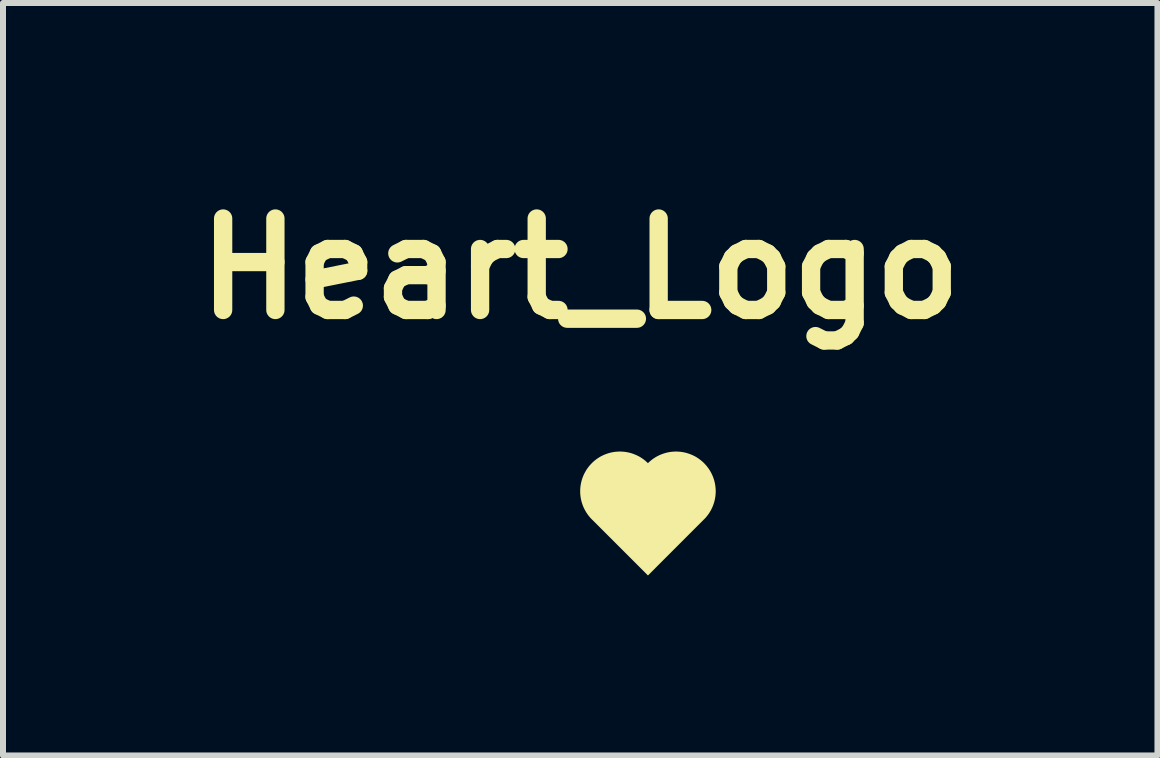
<source format=kicad_pcb>
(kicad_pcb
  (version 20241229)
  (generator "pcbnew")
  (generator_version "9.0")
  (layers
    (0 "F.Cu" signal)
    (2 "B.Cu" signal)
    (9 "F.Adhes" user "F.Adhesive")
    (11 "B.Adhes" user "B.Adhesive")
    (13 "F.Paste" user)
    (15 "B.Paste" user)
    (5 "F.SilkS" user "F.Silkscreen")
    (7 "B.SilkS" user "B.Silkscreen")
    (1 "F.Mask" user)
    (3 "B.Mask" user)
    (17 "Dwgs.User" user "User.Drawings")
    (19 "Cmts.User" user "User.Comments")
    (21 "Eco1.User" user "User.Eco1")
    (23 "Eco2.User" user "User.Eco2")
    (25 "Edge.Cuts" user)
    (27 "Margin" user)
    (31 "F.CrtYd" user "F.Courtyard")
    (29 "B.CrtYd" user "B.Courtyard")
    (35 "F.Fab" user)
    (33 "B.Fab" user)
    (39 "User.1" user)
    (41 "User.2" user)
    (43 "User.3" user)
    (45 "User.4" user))
  (footprint "Heart_Logo"
    (layer "F.Cu")
    (at 6.619 4.471)
    (property "Reference" "Heart_Logo" (at 0 -3.045 0) (layer "F.SilkS") (effects (font (size 1.524 1.524) (thickness 0.305))))
    (attr exclude_from_pos_files exclude_from_bom)
    (fp_poly (pts (xy 2.063 1.132) (xy 1.128 2.068) (xy 0.192 1.132) (xy 0.19 1.13) (xy 0.187 1.127) (xy 0.184 1.124) (xy 0.181 1.121) (xy 0.178 1.118) (xy 0.175 1.115) (xy 0.173 1.112) (xy 0.17 1.109) (xy 0.167 1.106) (xy 0.165 1.103) (xy 0.162 1.1) (xy 0.159 1.097) (xy 0.157 1.094) (xy 0.154 1.091) (xy 0.151 1.087) (xy 0.149 1.084) (xy 0.146 1.081) (xy 0.144 1.078) (xy 0.141 1.075) (xy 0.139 1.072) (xy 0.136 1.068) (xy 0.134 1.065) (xy 0.131 1.062) (xy 0.129 1.059) (xy 0.126 1.055) (xy 0.124 1.052) (xy 0.122 1.049) (xy 0.119 1.046) (xy 0.117 1.042) (xy 0.115 1.039) (xy 0.112 1.036) (xy 0.11 1.032) (xy 0.108 1.029) (xy 0.106 1.025) (xy 0.103 1.022) (xy 0.101 1.019) (xy 0.099 1.015) (xy 0.097 1.012) (xy 0.095 1.008) (xy 0.093 1.005) (xy 0.091 1.001) (xy 0.089 0.998) (xy 0.087 0.994) (xy 0.085 0.991) (xy 0.083 0.987) (xy 0.081 0.984) (xy 0.079 0.98) (xy 0.077 0.977) (xy 0.075 0.973) (xy 0.073 0.969) (xy 0.071 0.966) (xy 0.069 0.962) (xy 0.067 0.958) (xy 0.066 0.955) (xy 0.064 0.951) (xy 0.062 0.948) (xy 0.06 0.944) (xy 0.059 0.94) (xy 0.057 0.936) (xy 0.055 0.933) (xy 0.054 0.929) (xy 0.052 0.925) (xy 0.051 0.922) (xy 0.049 0.918) (xy 0.047 0.914) (xy 0.046 0.91) (xy 0.044 0.907) (xy 0.043 0.903) (xy 0.042 0.899) (xy 0.04 0.895) (xy 0.039 0.891) (xy 0.037 0.888) (xy 0.036 0.884) (xy 0.035 0.88) (xy 0.033 0.876) (xy 0.032 0.872) (xy 0.031 0.868) (xy 0.03 0.864) (xy 0.028 0.861) (xy 0.027 0.857) (xy 0.026 0.853) (xy 0.025 0.849) (xy 0.024 0.845) (xy 0.023 0.841) (xy 0.022 0.837) (xy 0.02 0.833) (xy 0.019 0.829) (xy 0.018 0.825) (xy 0.017 0.822) (xy 0.017 0.818) (xy 0.016 0.814) (xy 0.015 0.81) (xy 0.014 0.806) (xy 0.013 0.802) (xy 0.012 0.798) (xy 0.011 0.794) (xy 0.011 0.79) (xy 0.01 0.786) (xy 0.009 0.782) (xy 0.008 0.778) (xy 0.008 0.774) (xy 0.007 0.77) (xy 0.006 0.766) (xy 0.006 0.762) (xy 0.005 0.758) (xy 0.005 0.754) (xy 0.004 0.75) (xy 0.004 0.746) (xy 0.003 0.742) (xy 0.003 0.738) (xy 0.002 0.734) (xy 0.002 0.73) (xy 0.001 0.726) (xy 0.001 0.721) (xy 0.001 0.717) (xy 0.000439 0.713) (xy 0.000153 0.709) (xy -0.000108 0.705) (xy -0.000345 0.701) (xy -0.001 0.697) (xy -0.001 0.693) (xy -0.001 0.689) (xy -0.001 0.685) (xy -0.001 0.681) (xy -0.001 0.677) (xy -0.001 0.673) (xy -0.001 0.669) (xy -0.001 0.665) (xy -0.001 0.661) (xy -0.001 0.657) (xy -0.001 0.653) (xy -0.001 0.648) (xy -0.001 0.644) (xy -0.001 0.64) (xy -0.001 0.636) (xy -0.001 0.632) (xy -0.000345 0.628) (xy -0.000108 0.624) (xy 0.000153 0.62) (xy 0.000439 0.616) (xy 0.001 0.612) (xy 0.001 0.608) (xy 0.001 0.604) (xy 0.002 0.6) (xy 0.002 0.596) (xy 0.003 0.592) (xy 0.003 0.588) (xy 0.004 0.584) (xy 0.004 0.58) (xy 0.005 0.576) (xy 0.005 0.572) (xy 0.006 0.568) (xy 0.006 0.564) (xy 0.007 0.56) (xy 0.008 0.556) (xy 0.008 0.552) (xy 0.009 0.548) (xy 0.01 0.544) (xy 0.011 0.54) (xy 0.011 0.536) (xy 0.012 0.532) (xy 0.013 0.528) (xy 0.014 0.524) (xy 0.015 0.52) (xy 0.016 0.516) (xy 0.017 0.512) (xy 0.017 0.508) (xy 0.018 0.504) (xy 0.019 0.5) (xy 0.02 0.496) (xy 0.022 0.492) (xy 0.023 0.488) (xy 0.024 0.484) (xy 0.025 0.48) (xy 0.026 0.477) (xy 0.027 0.473) (xy 0.028 0.469) (xy 0.03 0.465) (xy 0.031 0.461) (xy 0.032 0.457) (xy 0.033 0.453) (xy 0.035 0.45) (xy 0.036 0.446) (xy 0.037 0.442) (xy 0.039 0.438) (xy 0.04 0.434) (xy 0.042 0.43) (xy 0.043 0.427) (xy 0.044 0.423) (xy 0.046 0.419) (xy 0.047 0.415) (xy 0.049 0.412) (xy 0.051 0.408) (xy 0.052 0.404) (xy 0.054 0.4) (xy 0.055 0.397) (xy 0.057 0.393) (xy 0.059 0.389) (xy 0.06 0.386) (xy 0.062 0.382) (xy 0.064 0.378) (xy 0.066 0.375) (xy 0.067 0.371) (xy 0.069 0.367) (xy 0.071 0.364) (xy 0.073 0.36) (xy 0.075 0.357) (xy 0.077 0.353) (xy 0.079 0.349) (xy 0.081 0.346) (xy 0.083 0.342) (xy 0.085 0.339) (xy 0.087 0.335) (xy 0.089 0.332) (xy 0.091 0.328) (xy 0.093 0.325) (xy 0.095 0.321) (xy 0.097 0.318) (xy 0.099 0.314) (xy 0.101 0.311) (xy 0.103 0.307) (xy 0.106 0.304) (xy 0.108 0.301) (xy 0.11 0.297) (xy 0.112 0.294) (xy 0.115 0.291) (xy 0.117 0.287) (xy 0.119 0.284) (xy 0.122 0.281) (xy 0.124 0.277) (xy 0.126 0.274) (xy 0.129 0.271) (xy 0.131 0.267) (xy 0.134 0.264) (xy 0.136 0.261) (xy 0.139 0.258) (xy 0.141 0.255) (xy 0.144 0.251) (xy 0.146 0.248) (xy 0.149 0.245) (xy 0.151 0.242) (xy 0.154 0.239) (xy 0.157 0.236) (xy 0.159 0.233) (xy 0.162 0.23) (xy 0.165 0.227) (xy 0.167 0.224) (xy 0.17 0.221) (xy 0.173 0.218) (xy 0.175 0.215) (xy 0.178 0.212) (xy 0.181 0.209) (xy 0.184 0.206) (xy 0.187 0.203) (xy 0.19 0.2) (xy 0.192 0.197) (xy 0.195 0.194) (xy 0.198 0.191) (xy 0.201 0.188) (xy 0.204 0.186) (xy 0.207 0.183) (xy 0.21 0.18) (xy 0.213 0.177) (xy 0.216 0.175) (xy 0.219 0.172) (xy 0.222 0.169) (xy 0.225 0.167) (xy 0.228 0.164) (xy 0.231 0.161) (xy 0.234 0.159) (xy 0.237 0.156) (xy 0.24 0.153) (xy 0.244 0.151) (xy 0.247 0.148) (xy 0.25 0.146) (xy 0.253 0.143) (xy 0.256 0.141) (xy 0.26 0.138) (xy 0.263 0.136) (xy 0.266 0.133) (xy 0.269 0.131) (xy 0.273 0.129) (xy 0.276 0.126) (xy 0.279 0.124) (xy 0.283 0.122) (xy 0.286 0.119) (xy 0.289 0.117) (xy 0.293 0.115) (xy 0.296 0.112) (xy 0.299 0.11) (xy 0.303 0.108) (xy 0.306 0.106) (xy 0.31 0.104) (xy 0.313 0.102) (xy 0.317 0.099) (xy 0.32 0.097) (xy 0.324 0.095) (xy 0.327 0.093) (xy 0.331 0.091) (xy 0.334 0.089) (xy 0.338 0.087) (xy 0.341 0.085) (xy 0.345 0.083) (xy 0.348 0.081) (xy 0.352 0.079) (xy 0.355 0.078) (xy 0.359 0.076) (xy 0.363 0.074) (xy 0.366 0.072) (xy 0.37 0.07) (xy 0.374 0.069) (xy 0.377 0.067) (xy 0.381 0.065) (xy 0.385 0.063) (xy 0.388 0.062) (xy 0.392 0.06) (xy 0.396 0.058) (xy 0.399 0.057) (xy 0.403 0.055) (xy 0.407 0.054) (xy 0.411 0.052) (xy 0.414 0.051) (xy 0.418 0.049) (xy 0.422 0.048) (xy 0.426 0.046) (xy 0.43 0.045) (xy 0.433 0.043) (xy 0.437 0.042) (xy 0.441 0.041) (xy 0.445 0.039) (xy 0.449 0.038) (xy 0.453 0.037) (xy 0.456 0.035) (xy 0.46 0.034) (xy 0.464 0.033) (xy 0.468 0.032) (xy 0.472 0.031) (xy 0.476 0.029) (xy 0.48 0.028) (xy 0.484 0.027) (xy 0.488 0.026) (xy 0.492 0.025) (xy 0.495 0.024) (xy 0.499 0.023) (xy 0.503 0.022) (xy 0.507 0.021) (xy 0.511 0.02) (xy 0.515 0.019) (xy 0.519 0.018) (xy 0.523 0.018) (xy 0.527 0.017) (xy 0.531 0.016) (xy 0.535 0.015) (xy 0.539 0.014) (xy 0.543 0.014) (xy 0.547 0.013) (xy 0.551 0.012) (xy 0.555 0.012) (xy 0.559 0.011) (xy 0.563 0.01) (xy 0.567 0.01) (xy 0.571 0.009) (xy 0.575 0.009) (xy 0.579 0.008) (xy 0.583 0.008) (xy 0.587 0.007) (xy 0.591 0.007) (xy 0.595 0.006) (xy 0.599 0.006) (xy 0.603 0.006) (xy 0.607 0.005) (xy 0.611 0.005) (xy 0.615 0.005) (xy 0.62 0.005) (xy 0.624 0.004) (xy 0.628 0.004) (xy 0.632 0.004) (xy 0.636 0.004) (xy 0.64 0.004) (xy 0.644 0.003) (xy 0.648 0.003) (xy 0.652 0.003) (xy 0.656 0.003) (xy 0.66 0.003) (xy 0.664 0.003) (xy 0.668 0.003) (xy 0.672 0.003) (xy 0.676 0.003) (xy 0.68 0.004) (xy 0.684 0.004) (xy 0.689 0.004) (xy 0.693 0.004) (xy 0.697 0.004) (xy 0.701 0.005) (xy 0.705 0.005) (xy 0.709 0.005) (xy 0.713 0.005) (xy 0.717 0.006) (xy 0.721 0.006) (xy 0.725 0.006) (xy 0.729 0.007) (xy 0.733 0.007) (xy 0.737 0.008) (xy 0.741 0.008) (xy 0.745 0.009) (xy 0.749 0.009) (xy 0.753 0.01) (xy 0.757 0.01) (xy 0.761 0.011) (xy 0.765 0.012) (xy 0.769 0.012) (xy 0.773 0.013) (xy 0.777 0.014) (xy 0.781 0.014) (xy 0.785 0.015) (xy 0.789 0.016) (xy 0.793 0.017) (xy 0.797 0.018) (xy 0.801 0.018) (xy 0.805 0.019) (xy 0.809 0.02) (xy 0.813 0.021) (xy 0.817 0.022) (xy 0.821 0.023) (xy 0.825 0.024) (xy 0.829 0.025) (xy 0.833 0.026) (xy 0.837 0.027) (xy 0.84 0.028) (xy 0.844 0.029) (xy 0.848 0.031) (xy 0.852 0.032) (xy 0.856 0.033) (xy 0.86 0.034) (xy 0.864 0.035) (xy 0.868 0.037) (xy 0.871 0.038) (xy 0.875 0.039) (xy 0.879 0.041) (xy 0.883 0.042) (xy 0.887 0.043) (xy 0.891 0.045) (xy 0.894 0.046) (xy 0.898 0.048) (xy 0.902 0.049) (xy 0.906 0.051) (xy 0.909 0.052) (xy 0.913 0.054) (xy 0.917 0.055) (xy 0.921 0.057) (xy 0.924 0.058) (xy 0.928 0.06) (xy 0.932 0.062) (xy 0.936 0.063) (xy 0.939 0.065) (xy 0.943 0.067) (xy 0.947 0.069) (xy 0.95 0.07) (xy 0.954 0.072) (xy 0.958 0.074) (xy 0.961 0.076) (xy 0.965 0.078) (xy 0.968 0.079) (xy 0.972 0.081) (xy 0.975 0.083) (xy 0.979 0.085) (xy 0.983 0.087) (xy 0.986 0.089) (xy 0.99 0.091) (xy 0.993 0.093) (xy 0.997 0.095) (xy 1 0.097) (xy 1.004 0.099) (xy 1.007 0.102) (xy 1.011 0.104) (xy 1.014 0.106) (xy 1.017 0.108) (xy 1.021 0.11) (xy 1.024 0.112) (xy 1.028 0.115) (xy 1.031 0.117) (xy 1.034 0.119) (xy 1.038 0.122) (xy 1.041 0.124) (xy 1.044 0.126) (xy 1.048 0.129) (xy 1.051 0.131) (xy 1.054 0.133) (xy 1.057 0.136) (xy 1.061 0.138) (xy 1.064 0.141) (xy 1.067 0.143) (xy 1.07 0.146) (xy 1.073 0.148) (xy 1.077 0.151) (xy 1.08 0.153) (xy 1.083 0.156) (xy 1.086 0.159) (xy 1.089 0.161) (xy 1.092 0.164) (xy 1.095 0.167) (xy 1.098 0.169) (xy 1.101 0.172) (xy 1.104 0.175) (xy 1.107 0.177) (xy 1.11 0.18) (xy 1.113 0.183) (xy 1.116 0.186) (xy 1.119 0.188) (xy 1.122 0.191) (xy 1.125 0.194) (xy 1.128 0.197) (xy 1.131 0.194) (xy 1.134 0.191) (xy 1.137 0.188) (xy 1.139 0.186) (xy 1.142 0.183) (xy 1.145 0.18) (xy 1.148 0.177) (xy 1.151 0.175) (xy 1.154 0.172) (xy 1.157 0.169) (xy 1.16 0.167) (xy 1.164 0.164) (xy 1.167 0.161) (xy 1.17 0.159) (xy 1.173 0.156) (xy 1.176 0.153) (xy 1.179 0.151) (xy 1.182 0.148) (xy 1.185 0.146) (xy 1.189 0.143) (xy 1.192 0.141) (xy 1.195 0.138) (xy 1.198 0.136) (xy 1.202 0.133) (xy 1.205 0.131) (xy 1.208 0.129) (xy 1.211 0.126) (xy 1.215 0.124) (xy 1.218 0.122) (xy 1.221 0.119) (xy 1.225 0.117) (xy 1.228 0.115) (xy 1.231 0.113) (xy 1.235 0.11) (xy 1.238 0.108) (xy 1.242 0.106) (xy 1.245 0.104) (xy 1.249 0.102) (xy 1.252 0.1) (xy 1.255 0.097) (xy 1.259 0.095) (xy 1.262 0.093) (xy 1.266 0.091) (xy 1.27 0.089) (xy 1.273 0.087) (xy 1.277 0.085) (xy 1.28 0.083) (xy 1.284 0.081) (xy 1.287 0.08) (xy 1.291 0.078) (xy 1.295 0.076) (xy 1.298 0.074) (xy 1.302 0.072) (xy 1.305 0.07) (xy 1.309 0.069) (xy 1.313 0.067) (xy 1.316 0.065) (xy 1.32 0.063) (xy 1.324 0.062) (xy 1.327 0.06) (xy 1.331 0.058) (xy 1.335 0.057) (xy 1.339 0.055) (xy 1.342 0.054) (xy 1.346 0.052) (xy 1.35 0.051) (xy 1.354 0.049) (xy 1.357 0.048) (xy 1.361 0.046) (xy 1.365 0.045) (xy 1.369 0.043) (xy 1.373 0.042) (xy 1.377 0.041) (xy 1.38 0.039) (xy 1.384 0.038) (xy 1.388 0.037) (xy 1.392 0.035) (xy 1.396 0.034) (xy 1.4 0.033) (xy 1.404 0.032) (xy 1.407 0.031) (xy 1.411 0.03) (xy 1.415 0.028) (xy 1.419 0.027) (xy 1.423 0.026) (xy 1.427 0.025) (xy 1.431 0.024) (xy 1.435 0.023) (xy 1.439 0.022) (xy 1.443 0.021) (xy 1.447 0.02) (xy 1.451 0.019) (xy 1.455 0.019) (xy 1.459 0.018) (xy 1.463 0.017) (xy 1.466 0.016) (xy 1.47 0.015) (xy 1.474 0.015) (xy 1.478 0.014) (xy 1.482 0.013) (xy 1.486 0.012) (xy 1.49 0.012) (xy 1.494 0.011) (xy 1.498 0.011) (xy 1.502 0.01) (xy 1.507 0.009) (xy 1.511 0.009) (xy 1.515 0.008) (xy 1.519 0.008) (xy 1.523 0.007) (xy 1.527 0.007) (xy 1.531 0.007) (xy 1.535 0.006) (xy 1.539 0.006) (xy 1.543 0.005) (xy 1.547 0.005) (xy 1.551 0.005) (xy 1.555 0.005) (xy 1.559 0.004) (xy 1.563 0.004) (xy 1.567 0.004) (xy 1.571 0.004) (xy 1.575 0.004) (xy 1.579 0.004) (xy 1.583 0.003) (xy 1.587 0.003) (xy 1.591 0.003) (xy 1.596 0.003) (xy 1.6 0.003) (xy 1.604 0.003) (xy 1.608 0.003) (xy 1.612 0.004) (xy 1.616 0.004) (xy 1.62 0.004) (xy 1.624 0.004) (xy 1.628 0.004) (xy 1.632 0.004) (xy 1.636 0.005) (xy 1.64 0.005) (xy 1.644 0.005) (xy 1.648 0.005) (xy 1.652 0.006) (xy 1.656 0.006) (xy 1.66 0.007) (xy 1.664 0.007) (xy 1.668 0.007) (xy 1.672 0.008) (xy 1.676 0.008) (xy 1.681 0.009) (xy 1.685 0.009) (xy 1.689 0.01) (xy 1.693 0.011) (xy 1.697 0.011) (xy 1.701 0.012) (xy 1.705 0.012) (xy 1.709 0.013) (xy 1.713 0.014) (xy 1.717 0.015) (xy 1.721 0.015) (xy 1.725 0.016) (xy 1.729 0.017) (xy 1.732 0.018) (xy 1.736 0.019) (xy 1.74 0.019) (xy 1.744 0.02) (xy 1.748 0.021) (xy 1.752 0.022) (xy 1.756 0.023) (xy 1.76 0.024) (xy 1.764 0.025) (xy 1.768 0.026) (xy 1.772 0.027) (xy 1.776 0.028) (xy 1.78 0.03) (xy 1.784 0.031) (xy 1.787 0.032) (xy 1.791 0.033) (xy 1.795 0.034) (xy 1.799 0.036) (xy 1.803 0.037) (xy 1.807 0.038) (xy 1.811 0.039) (xy 1.814 0.041) (xy 1.818 0.042) (xy 1.822 0.043) (xy 1.826 0.045) (xy 1.83 0.046) (xy 1.834 0.048) (xy 1.837 0.049) (xy 1.841 0.051) (xy 1.845 0.052) (xy 1.849 0.054) (xy 1.852 0.055) (xy 1.856 0.057) (xy 1.86 0.059) (xy 1.864 0.06) (xy 1.867 0.062) (xy 1.871 0.063) (xy 1.875 0.065) (xy 1.878 0.067) (xy 1.882 0.069) (xy 1.886 0.07) (xy 1.889 0.072) (xy 1.893 0.074) (xy 1.896 0.076) (xy 1.9 0.078) (xy 1.904 0.08) (xy 1.907 0.081) (xy 1.911 0.083) (xy 1.914 0.085) (xy 1.918 0.087) (xy 1.921 0.089) (xy 1.925 0.091) (xy 1.929 0.093) (xy 1.932 0.095) (xy 1.936 0.097) (xy 1.939 0.1) (xy 1.942 0.102) (xy 1.946 0.104) (xy 1.949 0.106) (xy 1.953 0.108) (xy 1.956 0.11) (xy 1.96 0.113) (xy 1.963 0.115) (xy 1.966 0.117) (xy 1.97 0.119) (xy 1.973 0.122) (xy 1.976 0.124) (xy 1.98 0.126) (xy 1.983 0.129) (xy 1.986 0.131) (xy 1.989 0.134) (xy 1.993 0.136) (xy 1.996 0.138) (xy 1.999 0.141) (xy 2.002 0.143) (xy 2.006 0.146) (xy 2.009 0.148) (xy 2.012 0.151) (xy 2.015 0.154) (xy 2.018 0.156) (xy 2.021 0.159) (xy 2.024 0.161) (xy 2.027 0.164) (xy 2.031 0.167) (xy 2.034 0.169) (xy 2.037 0.172) (xy 2.04 0.175) (xy 2.043 0.177) (xy 2.046 0.18) (xy 2.049 0.183) (xy 2.052 0.186) (xy 2.054 0.189) (xy 2.057 0.191) (xy 2.06 0.194) (xy 2.063 0.197) (xy 2.066 0.2) (xy 2.069 0.203) (xy 2.072 0.206) (xy 2.074 0.209) (xy 2.077 0.212) (xy 2.08 0.215) (xy 2.083 0.218) (xy 2.086 0.221) (xy 2.088 0.224) (xy 2.091 0.227) (xy 2.094 0.23) (xy 2.096 0.233) (xy 2.099 0.236) (xy 2.102 0.239) (xy 2.104 0.242) (xy 2.107 0.245) (xy 2.109 0.248) (xy 2.112 0.252) (xy 2.114 0.255) (xy 2.117 0.258) (xy 2.119 0.261) (xy 2.122 0.264) (xy 2.124 0.268) (xy 2.127 0.271) (xy 2.129 0.274) (xy 2.132 0.277) (xy 2.134 0.281) (xy 2.136 0.284) (xy 2.139 0.287) (xy 2.141 0.291) (xy 2.143 0.294) (xy 2.145 0.297) (xy 2.148 0.301) (xy 2.15 0.304) (xy 2.152 0.308) (xy 2.154 0.311) (xy 2.156 0.314) (xy 2.159 0.318) (xy 2.161 0.321) (xy 2.163 0.325) (xy 2.165 0.328) (xy 2.167 0.332) (xy 2.169 0.335) (xy 2.171 0.339) (xy 2.173 0.342) (xy 2.175 0.346) (xy 2.177 0.349) (xy 2.179 0.353) (xy 2.181 0.357) (xy 2.183 0.36) (xy 2.184 0.364) (xy 2.186 0.367) (xy 2.188 0.371) (xy 2.19 0.375) (xy 2.192 0.378) (xy 2.193 0.382) (xy 2.195 0.386) (xy 2.197 0.389) (xy 2.198 0.393) (xy 2.2 0.397) (xy 2.202 0.4) (xy 2.203 0.404) (xy 2.205 0.408) (xy 2.207 0.412) (xy 2.208 0.415) (xy 2.21 0.419) (xy 2.211 0.423) (xy 2.213 0.427) (xy 2.214 0.431) (xy 2.215 0.434) (xy 2.217 0.438) (xy 2.218 0.442) (xy 2.22 0.446) (xy 2.221 0.45) (xy 2.222 0.453) (xy 2.224 0.457) (xy 2.225 0.461) (xy 2.226 0.465) (xy 2.227 0.469) (xy 2.228 0.473) (xy 2.23 0.477) (xy 2.231 0.481) (xy 2.232 0.484) (xy 2.233 0.488) (xy 2.234 0.492) (xy 2.235 0.496) (xy 2.236 0.5) (xy 2.237 0.504) (xy 2.238 0.508) (xy 2.239 0.512) (xy 2.24 0.516) (xy 2.241 0.52) (xy 2.242 0.524) (xy 2.243 0.528) (xy 2.243 0.532) (xy 2.244 0.536) (xy 2.245 0.54) (xy 2.246 0.544) (xy 2.246 0.548) (xy 2.247 0.552) (xy 2.248 0.556) (xy 2.248 0.56) (xy 2.249 0.564) (xy 2.25 0.568) (xy 2.25 0.572) (xy 2.251 0.576) (xy 2.251 0.58) (xy 2.252 0.584) (xy 2.252 0.588) (xy 2.253 0.592) (xy 2.253 0.596) (xy 2.254 0.6) (xy 2.254 0.604) (xy 2.254 0.608) (xy 2.255 0.612) (xy 2.255 0.616) (xy 2.255 0.62) (xy 2.256 0.624) (xy 2.256 0.628) (xy 2.256 0.632) (xy 2.256 0.636) (xy 2.256 0.64) (xy 2.257 0.644) (xy 2.257 0.649) (xy 2.257 0.653) (xy 2.257 0.657) (xy 2.257 0.661) (xy 2.257 0.665) (xy 2.257 0.669) (xy 2.257 0.673) (xy 2.257 0.677) (xy 2.257 0.681) (xy 2.257 0.685) (xy 2.256 0.689) (xy 2.256 0.693) (xy 2.256 0.697) (xy 2.256 0.701) (xy 2.256 0.705) (xy 2.255 0.709) (xy 2.255 0.713) (xy 2.255 0.717) (xy 2.254 0.722) (xy 2.254 0.726) (xy 2.254 0.73) (xy 2.253 0.734) (xy 2.253 0.738) (xy 2.252 0.742) (xy 2.252 0.746) (xy 2.251 0.75) (xy 2.251 0.754) (xy 2.25 0.758) (xy 2.25 0.762) (xy 2.249 0.766) (xy 2.249 0.77) (xy 2.248 0.774) (xy 2.247 0.778) (xy 2.246 0.782) (xy 2.246 0.786) (xy 2.245 0.79) (xy 2.244 0.794) (xy 2.243 0.798) (xy 2.243 0.802) (xy 2.242 0.806) (xy 2.241 0.81) (xy 2.24 0.814) (xy 2.239 0.818) (xy 2.238 0.822) (xy 2.237 0.825) (xy 2.236 0.829) (xy 2.235 0.833) (xy 2.234 0.837) (xy 2.233 0.841) (xy 2.232 0.845) (xy 2.231 0.849) (xy 2.23 0.853) (xy 2.228 0.857) (xy 2.227 0.861) (xy 2.226 0.864) (xy 2.225 0.868) (xy 2.224 0.872) (xy 2.222 0.876) (xy 2.221 0.88) (xy 2.22 0.884) (xy 2.218 0.888) (xy 2.217 0.891) (xy 2.215 0.895) (xy 2.214 0.899) (xy 2.213 0.903) (xy 2.211 0.907) (xy 2.21 0.91) (xy 2.208 0.914) (xy 2.207 0.918) (xy 2.205 0.922) (xy 2.203 0.925) (xy 2.202 0.929) (xy 2.2 0.933) (xy 2.199 0.936) (xy 2.197 0.94) (xy 2.195 0.944) (xy 2.193 0.948) (xy 2.192 0.951) (xy 2.19 0.955) (xy 2.188 0.958) (xy 2.186 0.962) (xy 2.184 0.966) (xy 2.183 0.969) (xy 2.181 0.973) (xy 2.179 0.977) (xy 2.177 0.98) (xy 2.175 0.984) (xy 2.173 0.987) (xy 2.171 0.991) (xy 2.169 0.994) (xy 2.167 0.998) (xy 2.165 1.001) (xy 2.163 1.005) (xy 2.161 1.008) (xy 2.159 1.012) (xy 2.157 1.015) (xy 2.154 1.019) (xy 2.152 1.022) (xy 2.15 1.025) (xy 2.148 1.029) (xy 2.145 1.032) (xy 2.143 1.036) (xy 2.141 1.039) (xy 2.139 1.042) (xy 2.136 1.046) (xy 2.134 1.049) (xy 2.132 1.052) (xy 2.129 1.055) (xy 2.127 1.059) (xy 2.124 1.062) (xy 2.122 1.065) (xy 2.119 1.068) (xy 2.117 1.072) (xy 2.114 1.075) (xy 2.112 1.078) (xy 2.109 1.081) (xy 2.107 1.084) (xy 2.104 1.087) (xy 2.102 1.091) (xy 2.099 1.094) (xy 2.096 1.097) (xy 2.094 1.1) (xy 2.091 1.103) (xy 2.088 1.106) (xy 2.086 1.109) (xy 2.083 1.112) (xy 2.08 1.115) (xy 2.077 1.118) (xy 2.075 1.121) (xy 2.072 1.124) (xy 2.069 1.127) (xy 2.066 1.13) (xy 2.063 1.132)) (stroke (width 0) (type solid)) (fill yes) (layer "F.SilkS")))
  (gr_rect
    (start -3 -3)
    (end 16.237 9.539)
    (stroke (width 0.1) (type default))
    (fill no)
    (layer "Edge.Cuts")))
</source>
